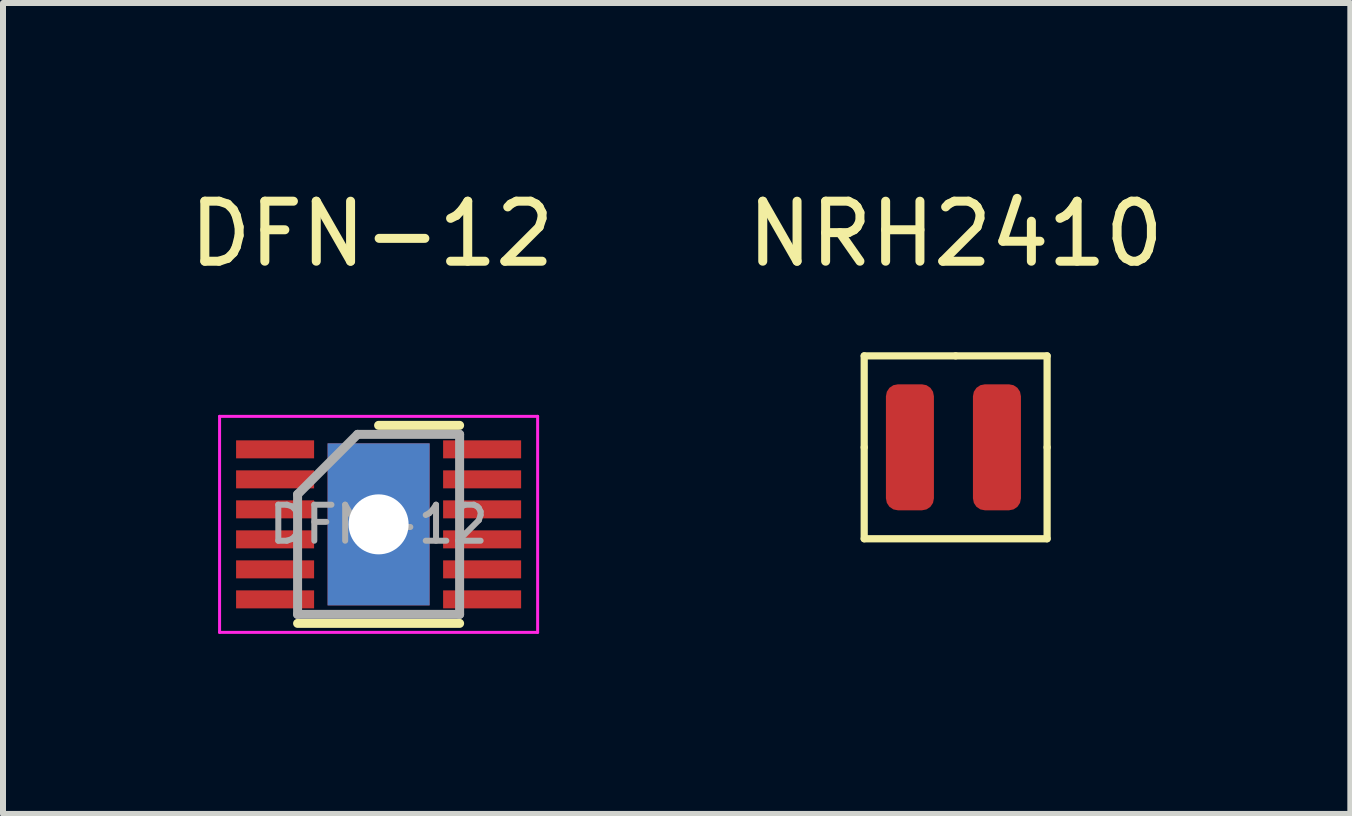
<source format=kicad_pcb>
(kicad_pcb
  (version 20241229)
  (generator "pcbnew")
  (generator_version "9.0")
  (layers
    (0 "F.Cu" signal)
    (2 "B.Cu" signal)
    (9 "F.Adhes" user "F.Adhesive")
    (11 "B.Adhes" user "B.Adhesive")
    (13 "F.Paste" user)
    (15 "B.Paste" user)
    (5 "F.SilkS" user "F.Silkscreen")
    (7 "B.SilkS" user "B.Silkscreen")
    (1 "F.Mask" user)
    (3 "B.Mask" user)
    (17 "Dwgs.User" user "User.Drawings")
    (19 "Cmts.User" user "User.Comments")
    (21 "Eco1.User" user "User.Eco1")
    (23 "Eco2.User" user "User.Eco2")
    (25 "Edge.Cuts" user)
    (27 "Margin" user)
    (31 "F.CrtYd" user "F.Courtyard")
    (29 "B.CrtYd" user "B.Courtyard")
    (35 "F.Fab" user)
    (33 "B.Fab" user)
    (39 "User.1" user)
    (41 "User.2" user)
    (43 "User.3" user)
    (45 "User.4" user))
  (footprint "NRH2410"
    (layer "F.Cu")
    (at 12.113 4.404)
    (property "Reference" "NRH2410" (at 0.762 -3.556 0) (unlocked yes) (layer "F.SilkS") (effects (font (size 1 1) (thickness 0.15))))
    (attr smd)
    (fp_line (start -0.762 -1.524) (end 0.762 -1.524) (stroke (width 0.12) (type default)) (layer "F.SilkS"))
    (fp_line (start -0.762 0) (end -0.762 -1.524) (stroke (width 0.12) (type default)) (layer "F.SilkS"))
    (fp_line (start -0.762 0) (end -0.762 1.524) (stroke (width 0.12) (type default)) (layer "F.SilkS"))
    (fp_line (start -0.762 1.524) (end 2.286 1.524) (stroke (width 0.12) (type default)) (layer "F.SilkS"))
    (fp_line (start 2.286 -1.524) (end 0.762 -1.524) (stroke (width 0.12) (type default)) (layer "F.SilkS"))
    (fp_line (start 2.286 0) (end 2.286 -1.524) (stroke (width 0.12) (type default)) (layer "F.SilkS"))
    (fp_line (start 2.286 1.524) (end 2.286 0) (stroke (width 0.12) (type default)) (layer "F.SilkS"))
    (pad "1" smd roundrect (at 0 0) (size 0.8 2.1) (layers "F.Cu" "F.Mask" "F.Paste") (roundrect_rratio 0.25))
    (pad "2" smd roundrect (at 1.45 0) (size 0.8 2.1) (layers "F.Cu" "F.Mask" "F.Paste") (roundrect_rratio 0.25)))
  (footprint "DFN-12"
    (layer "F.Cu")
    (at 3.149 1.348)
    (property "Reference" "DFN-12" (at 0 -0.5 0) (unlocked yes) (layer "F.SilkS") (effects (font (size 1 1) (thickness 0.15))))
    (attr smd)
    (fp_line (start -1.24 5.99) (end 1.46 5.99) (stroke (width 0.15) (type solid)) (layer "F.SilkS"))
    (fp_line (start 0.11 2.69) (end 1.46 2.69) (stroke (width 0.15) (type solid)) (layer "F.SilkS"))
    (fp_line (start -2.54 2.54) (end -2.54 6.14) (stroke (width 0.05) (type solid)) (layer "F.CrtYd"))
    (fp_line (start -2.54 2.54) (end 2.76 2.54) (stroke (width 0.05) (type solid)) (layer "F.CrtYd"))
    (fp_line (start -2.54 6.14) (end 2.76 6.14) (stroke (width 0.05) (type solid)) (layer "F.CrtYd"))
    (fp_line (start 2.76 2.54) (end 2.76 6.14) (stroke (width 0.05) (type solid)) (layer "F.CrtYd"))
    (fp_line (start -1.24 3.84) (end -0.24 2.84) (stroke (width 0.15) (type solid)) (layer "F.Fab"))
    (fp_line (start -1.24 5.84) (end -1.24 3.84) (stroke (width 0.15) (type solid)) (layer "F.Fab"))
    (fp_line (start -0.24 2.84) (end 1.46 2.84) (stroke (width 0.15) (type solid)) (layer "F.Fab"))
    (fp_line (start 1.46 2.84) (end 1.46 5.84) (stroke (width 0.15) (type solid)) (layer "F.Fab"))
    (fp_line (start 1.46 5.84) (end -1.24 5.84) (stroke (width 0.15) (type solid)) (layer "F.Fab"))
    (fp_text user "${REFERENCE}" (at 0.11 4.34 0) (layer "F.Fab") (effects (font (size 0.6 0.6) (thickness 0.1))))
    (pad "1" smd rect (at -1.615 3.09) (size 1.3 0.3) (layers "F.Cu" "F.Mask" "F.Paste"))
    (pad "2" smd rect (at -1.615 3.59) (size 1.3 0.3) (layers "F.Cu" "F.Mask" "F.Paste"))
    (pad "3" smd rect (at -1.615 4.09) (size 1.3 0.3) (layers "F.Cu" "F.Mask" "F.Paste"))
    (pad "4" smd rect (at -1.615 4.59) (size 1.3 0.3) (layers "F.Cu" "F.Mask" "F.Paste"))
    (pad "5" smd rect (at -1.615 5.09) (size 1.3 0.3) (layers "F.Cu" "F.Mask" "F.Paste"))
    (pad "6" smd rect (at -1.615 5.59) (size 1.3 0.3) (layers "F.Cu" "F.Mask" "F.Paste"))
    (pad "7" smd rect (at 1.835 5.59) (size 1.3 0.3) (layers "F.Cu" "F.Mask" "F.Paste"))
    (pad "8" smd rect (at 1.835 5.09) (size 1.3 0.3) (layers "F.Cu" "F.Mask" "F.Paste"))
    (pad "9" smd rect (at 1.835 4.59) (size 1.3 0.3) (layers "F.Cu" "F.Mask" "F.Paste"))
    (pad "10" smd rect (at 1.835 4.09) (size 1.3 0.3) (layers "F.Cu" "F.Mask" "F.Paste"))
    (pad "11" smd rect (at 1.835 3.59) (size 1.3 0.3) (layers "F.Cu" "F.Mask" "F.Paste"))
    (pad "12" smd rect (at 1.835 3.09) (size 1.3 0.3) (layers "F.Cu" "F.Mask" "F.Paste"))
    (pad "13" thru_hole rect (at 0.11 4.34) (size 1.7 2.7) (drill 1) (layers "*.Cu" "*.Mask")))
  (gr_rect
    (start -3 -3)
    (end 19.452 10.513)
    (stroke (width 0.1) (type default))
    (fill no)
    (layer "Edge.Cuts")))
</source>
